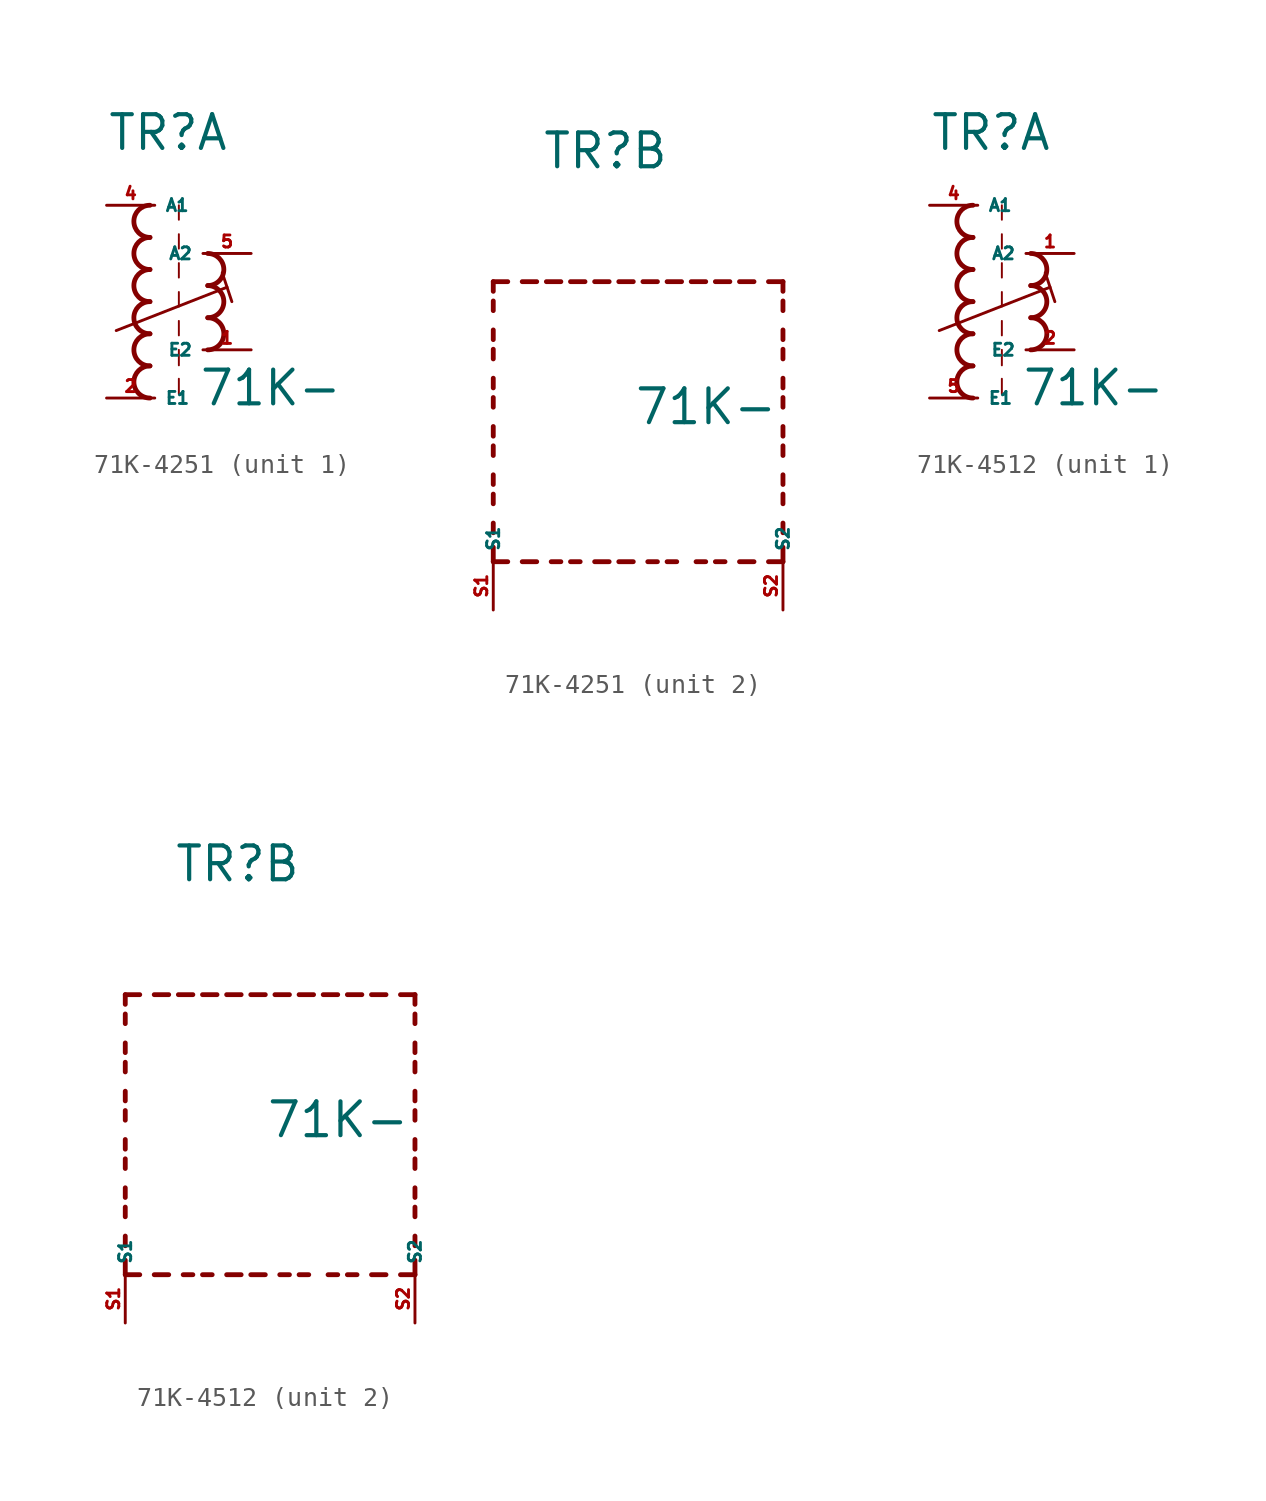
<source format=kicad_sym>
(kicad_symbol_lib
  (version 20220914)
  (generator kicad_symbol_editor)
  (symbol "71K-4251"
    (property "Reference" "TR"
      (at -2.54 7.874 0)
      (effects (font (size 1.778 1.778) (thickness 0.22)) (justify left bottom)))
    (property "Value" "71K-"
      (at 2.286 -5.588 0)
      (effects (font (size 1.778 1.778) (thickness 0.22)) (justify left bottom)))
    (symbol "71K-4251_1_0"
      (arc (start -0.254 -3.3866) (mid -1.1004 -4.2333) (end -0.254 -5.08) (stroke (width 0.254) (type default)) (fill (type none)))
      (arc (start -0.254 -1.6932) (mid -1.1004 -2.5399) (end -0.254 -3.3866) (stroke (width 0.254) (type default)) (fill (type none)))
      (arc (start -0.254 0) (mid -1.1004 -0.8467) (end -0.254 -1.6934) (stroke (width 0.254) (type default)) (fill (type none)))
      (arc (start -0.254 1.6934) (mid -1.1004 0.8467) (end -0.254 0) (stroke (width 0.254) (type default)) (fill (type none)))
      (arc (start -0.254 3.3866) (mid -1.1002 2.54) (end -0.254 1.6934) (stroke (width 0.254) (type default)) (fill (type none)))
      (arc (start -0.254 5.08) (mid -1.1004 4.2333) (end -0.254 3.3866) (stroke (width 0.254) (type default)) (fill (type none)))
      (polyline (pts (xy -2.032 -1.524) (xy 3.81 0.762)) (stroke (width 0.152) (type default)) (fill (type none)))
      (polyline (pts (xy 1.27 -4.064) (xy 1.27 -4.88)) (stroke (width 0.102) (type default)) (fill (type none)))
      (polyline (pts (xy 1.27 -2.54) (xy 1.27 -3.356)) (stroke (width 0.102) (type default)) (fill (type none)))
      (polyline (pts (xy 1.27 -1.016) (xy 1.27 -1.778)) (stroke (width 0.102) (type default)) (fill (type none)))
      (polyline (pts (xy 1.27 0.508) (xy 1.27 -0.254)) (stroke (width 0.102) (type default)) (fill (type none)))
      (polyline (pts (xy 1.27 2.032) (xy 1.27 1.27)) (stroke (width 0.102) (type default)) (fill (type none)))
      (polyline (pts (xy 1.27 3.556) (xy 1.27 2.794)) (stroke (width 0.102) (type default)) (fill (type none)))
      (polyline (pts (xy 1.27 5.08) (xy 1.27 4.318)) (stroke (width 0.102) (type default)) (fill (type none)))
      (polyline (pts (xy 3.556 1.524) (xy 4.064 0)) (stroke (width 0.152) (type default)) (fill (type none)))
      (arc (start 2.794 -2.54) (mid 3.6404 -1.6933) (end 2.794 -0.8466) (stroke (width 0.254) (type default)) (fill (type none)))
      (arc (start 2.794 -0.8466) (mid 3.6402 0) (end 2.794 0.8466) (stroke (width 0.254) (type default)) (fill (type none)))
      (arc (start 2.794 0.8466) (mid 3.6404 1.6933) (end 2.794 2.54) (stroke (width 0.254) (type default)) (fill (type none)))
      (pin passive line (at 5.08 -2.54 180) (length 2.54) (name "E2" (effects (font (size 0.635 0.635)))) (number "1" (effects (font (size 0.635 0.635)))))
      (pin passive line (at -2.54 -5.08 0) (length 2.54) (name "E1" (effects (font (size 0.635 0.635)))) (number "2" (effects (font (size 0.635 0.635)))))
      (pin passive line (at -2.54 5.08 0) (length 2.54) (name "A1" (effects (font (size 0.635 0.635)))) (number "4" (effects (font (size 0.635 0.635)))))
      (pin passive line (at 5.08 2.54 180) (length 2.54) (name "A2" (effects (font (size 0.635 0.635)))) (number "5" (effects (font (size 0.635 0.635))))))
    (symbol "71K-4251_2_0"
      (polyline (pts (xy -5.08 -12.7) (xy -5.08 -11.938)) (stroke (width 0.254) (type default)) (fill (type none)))
      (polyline (pts (xy -5.08 -12.7) (xy -4.318 -12.7)) (stroke (width 0.254) (type default)) (fill (type none)))
      (polyline (pts (xy -5.08 -11.176) (xy -5.08 -10.668)) (stroke (width 0.254) (type default)) (fill (type none)))
      (polyline (pts (xy -5.08 -9.652) (xy -5.08 -9.144)) (stroke (width 0.254) (type default)) (fill (type none)))
      (polyline (pts (xy -5.08 -8.636) (xy -5.08 -8.128)) (stroke (width 0.254) (type default)) (fill (type none)))
      (polyline (pts (xy -5.08 -7.112) (xy -5.08 -6.604)) (stroke (width 0.254) (type default)) (fill (type none)))
      (polyline (pts (xy -5.08 -6.096) (xy -5.08 -5.588)) (stroke (width 0.254) (type default)) (fill (type none)))
      (polyline (pts (xy -5.08 -4.572) (xy -5.08 -4.064)) (stroke (width 0.254) (type default)) (fill (type none)))
      (polyline (pts (xy -5.08 -3.556) (xy -5.08 -3.048)) (stroke (width 0.254) (type default)) (fill (type none)))
      (polyline (pts (xy -5.08 -2.032) (xy -5.08 -1.524)) (stroke (width 0.254) (type default)) (fill (type none)))
      (polyline (pts (xy -5.08 -1.016) (xy -5.08 -0.508)) (stroke (width 0.254) (type default)) (fill (type none)))
      (polyline (pts (xy -5.08 0.508) (xy -5.08 1.016)) (stroke (width 0.254) (type default)) (fill (type none)))
      (polyline (pts (xy -5.08 1.524) (xy -5.08 2.032)) (stroke (width 0.254) (type default)) (fill (type none)))
      (polyline (pts (xy -5.08 2.032) (xy -4.318 2.032)) (stroke (width 0.254) (type default)) (fill (type none)))
      (polyline (pts (xy -3.556 -12.7) (xy -2.794 -12.7)) (stroke (width 0.254) (type default)) (fill (type none)))
      (polyline (pts (xy -3.556 2.032) (xy -2.794 2.032)) (stroke (width 0.254) (type default)) (fill (type none)))
      (polyline (pts (xy -1.524 -12.7) (xy -2.032 -12.7)) (stroke (width 0.254) (type default)) (fill (type none)))
      (polyline (pts (xy -1.524 2.032) (xy -2.286 2.032)) (stroke (width 0.254) (type default)) (fill (type none)))
      (polyline (pts (xy -1.016 2.032) (xy -0.254 2.032)) (stroke (width 0.254) (type default)) (fill (type none)))
      (polyline (pts (xy -0.508 -12.7) (xy -1.016 -12.7)) (stroke (width 0.254) (type default)) (fill (type none)))
      (polyline (pts (xy 1.016 -12.7) (xy 0.254 -12.7)) (stroke (width 0.254) (type default)) (fill (type none)))
      (polyline (pts (xy 1.016 2.032) (xy 0.254 2.032)) (stroke (width 0.254) (type default)) (fill (type none)))
      (polyline (pts (xy 1.524 -12.7) (xy 2.286 -12.7)) (stroke (width 0.254) (type default)) (fill (type none)))
      (polyline (pts (xy 1.524 2.032) (xy 2.286 2.032)) (stroke (width 0.254) (type default)) (fill (type none)))
      (polyline (pts (xy 3.556 -12.7) (xy 3.048 -12.7)) (stroke (width 0.254) (type default)) (fill (type none)))
      (polyline (pts (xy 3.556 2.032) (xy 2.794 2.032)) (stroke (width 0.254) (type default)) (fill (type none)))
      (polyline (pts (xy 4.064 2.032) (xy 4.826 2.032)) (stroke (width 0.254) (type default)) (fill (type none)))
      (polyline (pts (xy 4.572 -12.7) (xy 4.064 -12.7)) (stroke (width 0.254) (type default)) (fill (type none)))
      (polyline (pts (xy 6.096 -12.7) (xy 5.588 -12.7)) (stroke (width 0.254) (type default)) (fill (type none)))
      (polyline (pts (xy 6.096 2.032) (xy 5.334 2.032)) (stroke (width 0.254) (type default)) (fill (type none)))
      (polyline (pts (xy 6.604 2.032) (xy 7.366 2.032)) (stroke (width 0.254) (type default)) (fill (type none)))
      (polyline (pts (xy 7.112 -12.7) (xy 6.604 -12.7)) (stroke (width 0.254) (type default)) (fill (type none)))
      (polyline (pts (xy 8.636 -12.7) (xy 7.874 -12.7)) (stroke (width 0.254) (type default)) (fill (type none)))
      (polyline (pts (xy 8.636 2.032) (xy 7.874 2.032)) (stroke (width 0.254) (type default)) (fill (type none)))
      (polyline (pts (xy 10.16 -12.7) (xy 9.398 -12.7)) (stroke (width 0.254) (type default)) (fill (type none)))
      (polyline (pts (xy 10.16 -12.7) (xy 10.16 -11.938)) (stroke (width 0.254) (type default)) (fill (type none)))
      (polyline (pts (xy 10.16 -11.176) (xy 10.16 -10.668)) (stroke (width 0.254) (type default)) (fill (type none)))
      (polyline (pts (xy 10.16 -9.652) (xy 10.16 -9.144)) (stroke (width 0.254) (type default)) (fill (type none)))
      (polyline (pts (xy 10.16 -8.636) (xy 10.16 -8.128)) (stroke (width 0.254) (type default)) (fill (type none)))
      (polyline (pts (xy 10.16 -7.112) (xy 10.16 -6.604)) (stroke (width 0.254) (type default)) (fill (type none)))
      (polyline (pts (xy 10.16 -6.096) (xy 10.16 -5.588)) (stroke (width 0.254) (type default)) (fill (type none)))
      (polyline (pts (xy 10.16 -4.572) (xy 10.16 -4.064)) (stroke (width 0.254) (type default)) (fill (type none)))
      (polyline (pts (xy 10.16 -3.556) (xy 10.16 -3.048)) (stroke (width 0.254) (type default)) (fill (type none)))
      (polyline (pts (xy 10.16 -2.032) (xy 10.16 -1.524)) (stroke (width 0.254) (type default)) (fill (type none)))
      (polyline (pts (xy 10.16 -1.016) (xy 10.16 -0.508)) (stroke (width 0.254) (type default)) (fill (type none)))
      (polyline (pts (xy 10.16 0.508) (xy 10.16 1.016)) (stroke (width 0.254) (type default)) (fill (type none)))
      (polyline (pts (xy 10.16 1.524) (xy 10.16 2.032)) (stroke (width 0.254) (type default)) (fill (type none)))
      (polyline (pts (xy 10.16 2.032) (xy 9.398 2.032)) (stroke (width 0.254) (type default)) (fill (type none)))
      (pin passive line (at -5.08 -15.24 90) (length 2.54) (name "S1" (effects (font (size 0.635 0.635)))) (number "S1" (effects (font (size 0.635 0.635)))))
      (pin passive line (at 10.16 -15.24 90) (length 2.54) (name "S2" (effects (font (size 0.635 0.635)))) (number "S2" (effects (font (size 0.635 0.635)))))))
  (symbol "71K-4512"
    (property "Reference" "TR"
      (at -2.54 7.874 0)
      (effects (font (size 1.778 1.778) (thickness 0.22)) (justify left bottom)))
    (property "Value" "71K-"
      (at 2.286 -5.588 0)
      (effects (font (size 1.778 1.778) (thickness 0.22)) (justify left bottom)))
    (symbol "71K-4512_1_0"
      (arc (start -0.254 -3.3866) (mid -1.1004 -4.2333) (end -0.254 -5.08) (stroke (width 0.254) (type default)) (fill (type none)))
      (arc (start -0.254 -1.6932) (mid -1.1004 -2.5399) (end -0.254 -3.3866) (stroke (width 0.254) (type default)) (fill (type none)))
      (arc (start -0.254 0) (mid -1.1004 -0.8467) (end -0.254 -1.6934) (stroke (width 0.254) (type default)) (fill (type none)))
      (arc (start -0.254 1.6934) (mid -1.1004 0.8467) (end -0.254 0) (stroke (width 0.254) (type default)) (fill (type none)))
      (arc (start -0.254 3.3866) (mid -1.1002 2.54) (end -0.254 1.6934) (stroke (width 0.254) (type default)) (fill (type none)))
      (arc (start -0.254 5.08) (mid -1.1004 4.2333) (end -0.254 3.3866) (stroke (width 0.254) (type default)) (fill (type none)))
      (polyline (pts (xy -2.032 -1.524) (xy 3.81 0.762)) (stroke (width 0.152) (type default)) (fill (type none)))
      (polyline (pts (xy 1.27 -4.064) (xy 1.27 -4.88)) (stroke (width 0.102) (type default)) (fill (type none)))
      (polyline (pts (xy 1.27 -2.54) (xy 1.27 -3.356)) (stroke (width 0.102) (type default)) (fill (type none)))
      (polyline (pts (xy 1.27 -1.016) (xy 1.27 -1.778)) (stroke (width 0.102) (type default)) (fill (type none)))
      (polyline (pts (xy 1.27 0.508) (xy 1.27 -0.254)) (stroke (width 0.102) (type default)) (fill (type none)))
      (polyline (pts (xy 1.27 2.032) (xy 1.27 1.27)) (stroke (width 0.102) (type default)) (fill (type none)))
      (polyline (pts (xy 1.27 3.556) (xy 1.27 2.794)) (stroke (width 0.102) (type default)) (fill (type none)))
      (polyline (pts (xy 1.27 5.08) (xy 1.27 4.318)) (stroke (width 0.102) (type default)) (fill (type none)))
      (polyline (pts (xy 3.556 1.524) (xy 4.064 0)) (stroke (width 0.152) (type default)) (fill (type none)))
      (arc (start 2.794 -2.54) (mid 3.6404 -1.6933) (end 2.794 -0.8466) (stroke (width 0.254) (type default)) (fill (type none)))
      (arc (start 2.794 -0.8466) (mid 3.6402 0) (end 2.794 0.8466) (stroke (width 0.254) (type default)) (fill (type none)))
      (arc (start 2.794 0.8466) (mid 3.6404 1.6933) (end 2.794 2.54) (stroke (width 0.254) (type default)) (fill (type none)))
      (pin passive line (at 5.08 2.54 180) (length 2.54) (name "A2" (effects (font (size 0.635 0.635)))) (number "1" (effects (font (size 0.635 0.635)))))
      (pin passive line (at 5.08 -2.54 180) (length 2.54) (name "E2" (effects (font (size 0.635 0.635)))) (number "2" (effects (font (size 0.635 0.635)))))
      (pin passive line (at -2.54 5.08 0) (length 2.54) (name "A1" (effects (font (size 0.635 0.635)))) (number "4" (effects (font (size 0.635 0.635)))))
      (pin passive line (at -2.54 -5.08 0) (length 2.54) (name "E1" (effects (font (size 0.635 0.635)))) (number "5" (effects (font (size 0.635 0.635))))))
    (symbol "71K-4512_2_0"
      (polyline (pts (xy -5.08 -12.7) (xy -5.08 -11.938)) (stroke (width 0.254) (type default)) (fill (type none)))
      (polyline (pts (xy -5.08 -12.7) (xy -4.318 -12.7)) (stroke (width 0.254) (type default)) (fill (type none)))
      (polyline (pts (xy -5.08 -11.176) (xy -5.08 -10.668)) (stroke (width 0.254) (type default)) (fill (type none)))
      (polyline (pts (xy -5.08 -9.652) (xy -5.08 -9.144)) (stroke (width 0.254) (type default)) (fill (type none)))
      (polyline (pts (xy -5.08 -8.636) (xy -5.08 -8.128)) (stroke (width 0.254) (type default)) (fill (type none)))
      (polyline (pts (xy -5.08 -7.112) (xy -5.08 -6.604)) (stroke (width 0.254) (type default)) (fill (type none)))
      (polyline (pts (xy -5.08 -6.096) (xy -5.08 -5.588)) (stroke (width 0.254) (type default)) (fill (type none)))
      (polyline (pts (xy -5.08 -4.572) (xy -5.08 -4.064)) (stroke (width 0.254) (type default)) (fill (type none)))
      (polyline (pts (xy -5.08 -3.556) (xy -5.08 -3.048)) (stroke (width 0.254) (type default)) (fill (type none)))
      (polyline (pts (xy -5.08 -2.032) (xy -5.08 -1.524)) (stroke (width 0.254) (type default)) (fill (type none)))
      (polyline (pts (xy -5.08 -1.016) (xy -5.08 -0.508)) (stroke (width 0.254) (type default)) (fill (type none)))
      (polyline (pts (xy -5.08 0.508) (xy -5.08 1.016)) (stroke (width 0.254) (type default)) (fill (type none)))
      (polyline (pts (xy -5.08 1.524) (xy -5.08 2.032)) (stroke (width 0.254) (type default)) (fill (type none)))
      (polyline (pts (xy -5.08 2.032) (xy -4.318 2.032)) (stroke (width 0.254) (type default)) (fill (type none)))
      (polyline (pts (xy -3.556 -12.7) (xy -2.794 -12.7)) (stroke (width 0.254) (type default)) (fill (type none)))
      (polyline (pts (xy -3.556 2.032) (xy -2.794 2.032)) (stroke (width 0.254) (type default)) (fill (type none)))
      (polyline (pts (xy -1.524 -12.7) (xy -2.032 -12.7)) (stroke (width 0.254) (type default)) (fill (type none)))
      (polyline (pts (xy -1.524 2.032) (xy -2.286 2.032)) (stroke (width 0.254) (type default)) (fill (type none)))
      (polyline (pts (xy -1.016 2.032) (xy -0.254 2.032)) (stroke (width 0.254) (type default)) (fill (type none)))
      (polyline (pts (xy -0.508 -12.7) (xy -1.016 -12.7)) (stroke (width 0.254) (type default)) (fill (type none)))
      (polyline (pts (xy 1.016 -12.7) (xy 0.254 -12.7)) (stroke (width 0.254) (type default)) (fill (type none)))
      (polyline (pts (xy 1.016 2.032) (xy 0.254 2.032)) (stroke (width 0.254) (type default)) (fill (type none)))
      (polyline (pts (xy 1.524 -12.7) (xy 2.286 -12.7)) (stroke (width 0.254) (type default)) (fill (type none)))
      (polyline (pts (xy 1.524 2.032) (xy 2.286 2.032)) (stroke (width 0.254) (type default)) (fill (type none)))
      (polyline (pts (xy 3.556 -12.7) (xy 3.048 -12.7)) (stroke (width 0.254) (type default)) (fill (type none)))
      (polyline (pts (xy 3.556 2.032) (xy 2.794 2.032)) (stroke (width 0.254) (type default)) (fill (type none)))
      (polyline (pts (xy 4.064 2.032) (xy 4.826 2.032)) (stroke (width 0.254) (type default)) (fill (type none)))
      (polyline (pts (xy 4.572 -12.7) (xy 4.064 -12.7)) (stroke (width 0.254) (type default)) (fill (type none)))
      (polyline (pts (xy 6.096 -12.7) (xy 5.588 -12.7)) (stroke (width 0.254) (type default)) (fill (type none)))
      (polyline (pts (xy 6.096 2.032) (xy 5.334 2.032)) (stroke (width 0.254) (type default)) (fill (type none)))
      (polyline (pts (xy 6.604 2.032) (xy 7.366 2.032)) (stroke (width 0.254) (type default)) (fill (type none)))
      (polyline (pts (xy 7.112 -12.7) (xy 6.604 -12.7)) (stroke (width 0.254) (type default)) (fill (type none)))
      (polyline (pts (xy 8.636 -12.7) (xy 7.874 -12.7)) (stroke (width 0.254) (type default)) (fill (type none)))
      (polyline (pts (xy 8.636 2.032) (xy 7.874 2.032)) (stroke (width 0.254) (type default)) (fill (type none)))
      (polyline (pts (xy 10.16 -12.7) (xy 9.398 -12.7)) (stroke (width 0.254) (type default)) (fill (type none)))
      (polyline (pts (xy 10.16 -12.7) (xy 10.16 -11.938)) (stroke (width 0.254) (type default)) (fill (type none)))
      (polyline (pts (xy 10.16 -11.176) (xy 10.16 -10.668)) (stroke (width 0.254) (type default)) (fill (type none)))
      (polyline (pts (xy 10.16 -9.652) (xy 10.16 -9.144)) (stroke (width 0.254) (type default)) (fill (type none)))
      (polyline (pts (xy 10.16 -8.636) (xy 10.16 -8.128)) (stroke (width 0.254) (type default)) (fill (type none)))
      (polyline (pts (xy 10.16 -7.112) (xy 10.16 -6.604)) (stroke (width 0.254) (type default)) (fill (type none)))
      (polyline (pts (xy 10.16 -6.096) (xy 10.16 -5.588)) (stroke (width 0.254) (type default)) (fill (type none)))
      (polyline (pts (xy 10.16 -4.572) (xy 10.16 -4.064)) (stroke (width 0.254) (type default)) (fill (type none)))
      (polyline (pts (xy 10.16 -3.556) (xy 10.16 -3.048)) (stroke (width 0.254) (type default)) (fill (type none)))
      (polyline (pts (xy 10.16 -2.032) (xy 10.16 -1.524)) (stroke (width 0.254) (type default)) (fill (type none)))
      (polyline (pts (xy 10.16 -1.016) (xy 10.16 -0.508)) (stroke (width 0.254) (type default)) (fill (type none)))
      (polyline (pts (xy 10.16 0.508) (xy 10.16 1.016)) (stroke (width 0.254) (type default)) (fill (type none)))
      (polyline (pts (xy 10.16 1.524) (xy 10.16 2.032)) (stroke (width 0.254) (type default)) (fill (type none)))
      (polyline (pts (xy 10.16 2.032) (xy 9.398 2.032)) (stroke (width 0.254) (type default)) (fill (type none)))
      (pin passive line (at -5.08 -15.24 90) (length 2.54) (name "S1" (effects (font (size 0.635 0.635)))) (number "S1" (effects (font (size 0.635 0.635)))))
      (pin passive line (at 10.16 -15.24 90) (length 2.54) (name "S2" (effects (font (size 0.635 0.635)))) (number "S2" (effects (font (size 0.635 0.635))))))))
</source>
